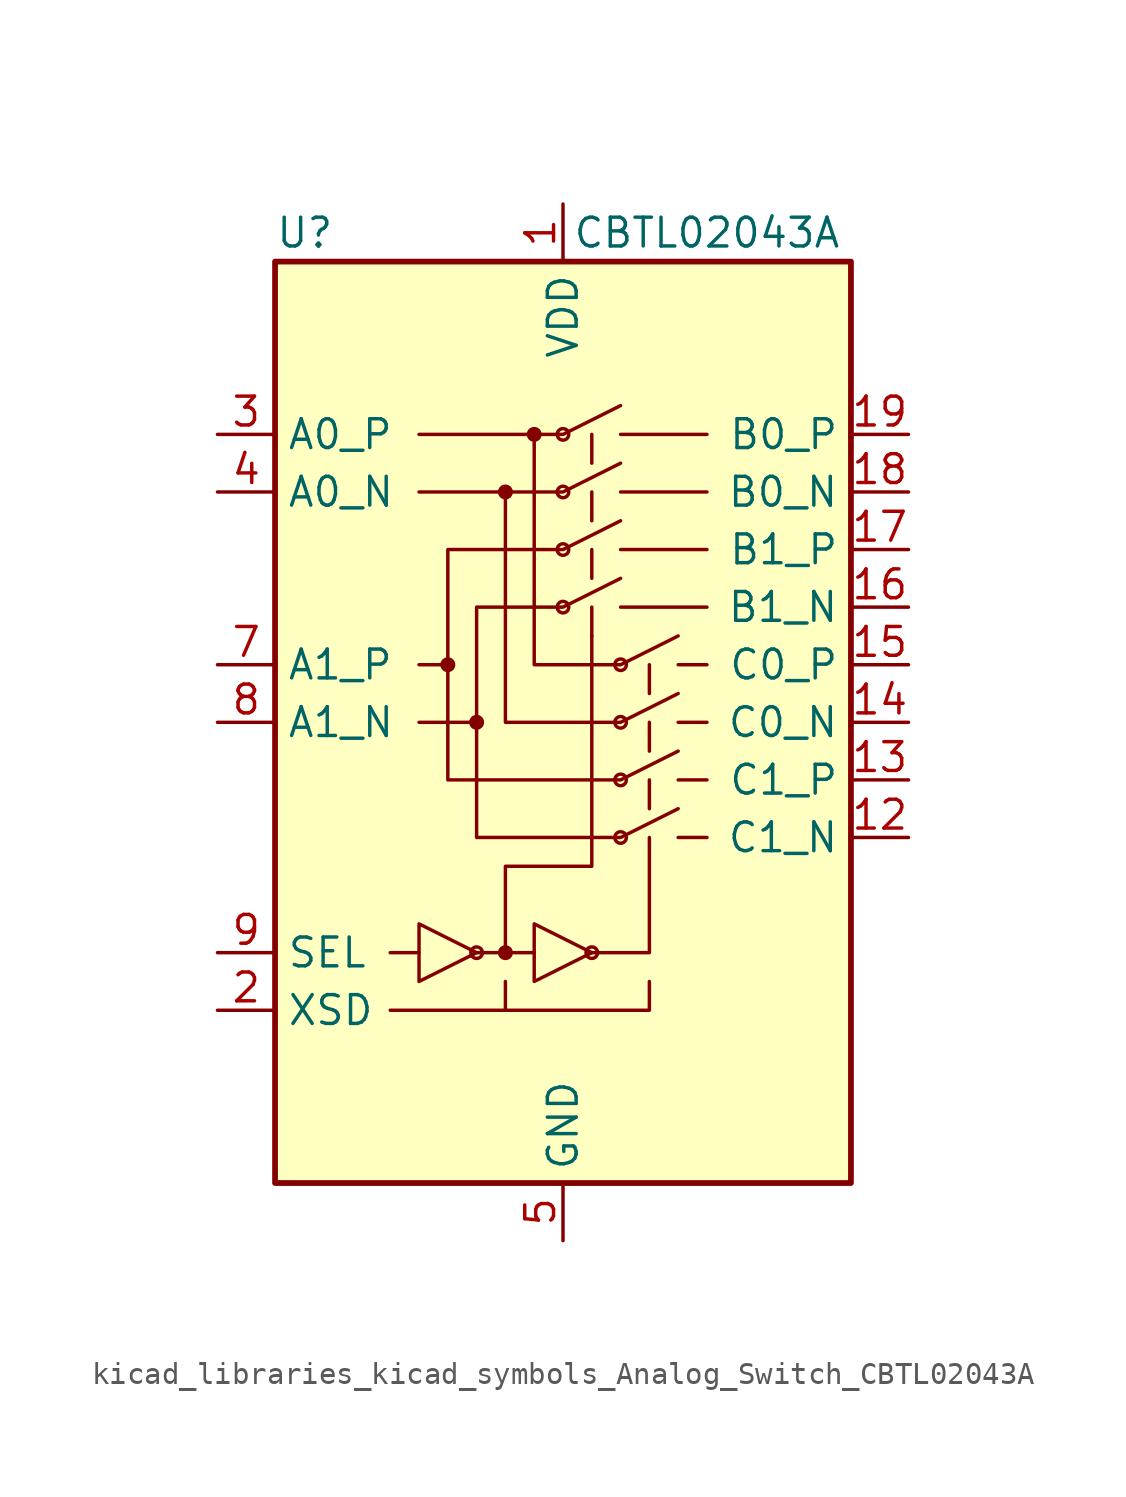
<source format=kicad_sym>
(kicad_symbol_lib
  (version 20220914)
  (generator kicad_symbol_editor)
  (symbol "kicad_libraries_kicad_symbols_Analog_Switch_CBTL02043A"
    (property "Reference" "U"
      (at -12.7 21.59 0)
      (effects (font (size 1.27 1.27)) (justify left)))
    (property "Value" "CBTL02043A"
      (at 6.35 21.59 0)
      (effects (font (size 1.27 1.27))))
    (symbol "kicad_libraries_kicad_symbols_Analog_Switch_CBTL02043A_0_1"
      (rectangle (start -12.7 20.32) (end 12.7 -20.32) (stroke (width 0.254) (type default)) (fill (type background)))
      (circle (center -5.08 2.54) (radius 0.254) (stroke (width 0) (type default)) (fill (type outline)))
      (circle (center -3.81 0) (radius 0.254) (stroke (width 0) (type default)) (fill (type outline)))
      (circle (center -2.54 10.16) (radius 0.254) (stroke (width 0) (type default)) (fill (type outline)))
      (circle (center -1.27 12.7) (radius 0.254) (stroke (width 0) (type default)) (fill (type outline)))
      (polyline (pts (xy -7.62 -10.16) (xy -6.35 -10.16)) (stroke (width 0) (type default)) (fill (type none)))
      (polyline (pts (xy -7.62 -12.7) (xy -2.54 -12.7) (xy -2.54 -11.43)) (stroke (width 0) (type default)) (fill (type none)))
      (polyline (pts (xy -2.54 -12.7) (xy 3.81 -12.7) (xy 3.81 -11.43)) (stroke (width 0) (type default)) (fill (type none)))
      (polyline (pts (xy 1.27 -10.16) (xy -1.27 -8.89) (xy -1.27 -11.43) (xy 1.27 -10.16)) (stroke (width 0) (type default)) (fill (type none)))
      (polyline (pts (xy 5.08 -3.81) (xy 2.54 -5.08) (xy -3.81 -5.08) (xy -3.81 0)) (stroke (width 0) (type default)) (fill (type none)))
      (polyline (pts (xy 5.08 -1.27) (xy 2.54 -2.54) (xy -5.08 -2.54) (xy -5.08 2.54)) (stroke (width 0) (type default)) (fill (type none)))
      (polyline (pts (xy 5.08 1.27) (xy 2.54 0) (xy -2.54 0) (xy -2.54 10.16)) (stroke (width 0) (type default)) (fill (type none)))
      (polyline (pts (xy 5.08 3.81) (xy 2.54 2.54) (xy -1.27 2.54) (xy -1.27 12.7)) (stroke (width 0) (type default)) (fill (type none))))
    (symbol "kicad_libraries_kicad_symbols_Analog_Switch_CBTL02043A_1_1"
      (circle (center -3.81 -10.16) (radius 0.254) (stroke (width 0) (type default)) (fill (type none)))
      (circle (center -2.54 -10.16) (radius 0.254) (stroke (width 0) (type default)) (fill (type outline)))
      (polyline (pts (xy -2.54 -10.16) (xy -1.27 -10.16)) (stroke (width 0) (type default)) (fill (type none)))
      (polyline (pts (xy 1.27 5.08) (xy 1.27 3.81)) (stroke (width 0) (type default)) (fill (type none)))
      (polyline (pts (xy 1.27 7.62) (xy 1.27 6.35)) (stroke (width 0) (type default)) (fill (type none)))
      (polyline (pts (xy 1.27 10.16) (xy 1.27 8.89)) (stroke (width 0) (type default)) (fill (type none)))
      (polyline (pts (xy 1.27 12.7) (xy 1.27 11.43)) (stroke (width 0) (type default)) (fill (type none)))
      (polyline (pts (xy 3.81 -3.81) (xy 3.81 -2.54)) (stroke (width 0) (type default)) (fill (type none)))
      (polyline (pts (xy 3.81 -1.27) (xy 3.81 0)) (stroke (width 0) (type default)) (fill (type none)))
      (polyline (pts (xy 3.81 1.27) (xy 3.81 2.54)) (stroke (width 0) (type default)) (fill (type none)))
      (polyline (pts (xy 6.35 -5.08) (xy 5.08 -5.08)) (stroke (width 0) (type default)) (fill (type none)))
      (polyline (pts (xy 6.35 -2.54) (xy 5.08 -2.54)) (stroke (width 0) (type default)) (fill (type none)))
      (polyline (pts (xy 6.35 0) (xy 5.08 0)) (stroke (width 0) (type default)) (fill (type none)))
      (polyline (pts (xy 6.35 2.54) (xy 5.08 2.54)) (stroke (width 0) (type default)) (fill (type none)))
      (polyline (pts (xy 6.35 5.08) (xy 2.54 5.08)) (stroke (width 0) (type default)) (fill (type none)))
      (polyline (pts (xy 6.35 7.62) (xy 2.54 7.62)) (stroke (width 0) (type default)) (fill (type none)))
      (polyline (pts (xy 6.35 10.16) (xy 2.54 10.16)) (stroke (width 0) (type default)) (fill (type none)))
      (polyline (pts (xy 6.35 12.7) (xy 2.54 12.7)) (stroke (width 0) (type default)) (fill (type none)))
      (polyline (pts (xy -6.35 10.16) (xy 0 10.16) (xy 2.54 11.43)) (stroke (width 0) (type default)) (fill (type none)))
      (polyline (pts (xy -6.35 12.7) (xy 0 12.7) (xy 2.54 13.97)) (stroke (width 0) (type default)) (fill (type none)))
      (polyline (pts (xy 1.27 -10.16) (xy 3.81 -10.16) (xy 3.81 -5.08)) (stroke (width 0) (type default)) (fill (type none)))
      (polyline (pts (xy -3.81 -10.16) (xy -6.35 -8.89) (xy -6.35 -11.43) (xy -3.81 -10.16)) (stroke (width 0) (type default)) (fill (type none)))
      (polyline (pts (xy -6.35 0) (xy -3.81 0) (xy -3.81 5.08) (xy 0 5.08) (xy 2.54 6.35)) (stroke (width 0) (type default)) (fill (type none)))
      (polyline (pts (xy -6.35 2.54) (xy -5.08 2.54) (xy -5.08 7.62) (xy 0 7.62) (xy 2.54 8.89)) (stroke (width 0) (type default)) (fill (type none)))
      (polyline (pts (xy 1.27 3.81) (xy 1.27 -6.35) (xy -2.54 -6.35) (xy -2.54 -10.16) (xy -3.81 -10.16)) (stroke (width 0) (type default)) (fill (type none)))
      (circle (center 0 5.08) (radius 0.254) (stroke (width 0) (type default)) (fill (type none)))
      (circle (center 0 7.62) (radius 0.254) (stroke (width 0) (type default)) (fill (type none)))
      (circle (center 0 10.16) (radius 0.254) (stroke (width 0) (type default)) (fill (type none)))
      (circle (center 0 12.7) (radius 0.254) (stroke (width 0) (type default)) (fill (type none)))
      (circle (center 1.27 -10.16) (radius 0.254) (stroke (width 0) (type default)) (fill (type none)))
      (circle (center 2.54 -5.08) (radius 0.254) (stroke (width 0) (type default)) (fill (type none)))
      (circle (center 2.54 -2.54) (radius 0.254) (stroke (width 0) (type default)) (fill (type none)))
      (circle (center 2.54 0) (radius 0.254) (stroke (width 0) (type default)) (fill (type none)))
      (circle (center 2.54 2.54) (radius 0.254) (stroke (width 0) (type default)) (fill (type none)))
      (pin power_in line (at 0 22.86 270) (length 2.54) (name "VDD" (effects (font (size 1.27 1.27)))) (number "1" (effects (font (size 1.27 1.27)))))
      (pin passive line (at 0 22.86 270) (length 2.54) hide (name "VDD" (effects (font (size 1.27 1.27)))) (number "10" (effects (font (size 1.27 1.27)))))
      (pin passive line (at 0 -22.86 90) (length 2.54) hide (name "GND" (effects (font (size 1.27 1.27)))) (number "11" (effects (font (size 1.27 1.27)))))
      (pin passive line (at 15.24 -5.08 180) (length 2.54) (name "C1_N" (effects (font (size 1.27 1.27)))) (number "12" (effects (font (size 1.27 1.27)))))
      (pin passive line (at 15.24 -2.54 180) (length 2.54) (name "C1_P" (effects (font (size 1.27 1.27)))) (number "13" (effects (font (size 1.27 1.27)))))
      (pin passive line (at 15.24 0 180) (length 2.54) (name "C0_N" (effects (font (size 1.27 1.27)))) (number "14" (effects (font (size 1.27 1.27)))))
      (pin passive line (at 15.24 2.54 180) (length 2.54) (name "C0_P" (effects (font (size 1.27 1.27)))) (number "15" (effects (font (size 1.27 1.27)))))
      (pin passive line (at 15.24 5.08 180) (length 2.54) (name "B1_N" (effects (font (size 1.27 1.27)))) (number "16" (effects (font (size 1.27 1.27)))))
      (pin passive line (at 15.24 7.62 180) (length 2.54) (name "B1_P" (effects (font (size 1.27 1.27)))) (number "17" (effects (font (size 1.27 1.27)))))
      (pin passive line (at 15.24 10.16 180) (length 2.54) (name "B0_N" (effects (font (size 1.27 1.27)))) (number "18" (effects (font (size 1.27 1.27)))))
      (pin passive line (at 15.24 12.7 180) (length 2.54) (name "B0_P" (effects (font (size 1.27 1.27)))) (number "19" (effects (font (size 1.27 1.27)))))
      (pin input line (at -15.24 -12.7 0) (length 2.54) (name "XSD" (effects (font (size 1.27 1.27)))) (number "2" (effects (font (size 1.27 1.27)))))
      (pin passive line (at 0 -22.86 90) (length 2.54) hide (name "GND" (effects (font (size 1.27 1.27)))) (number "20" (effects (font (size 1.27 1.27)))))
      (pin passive line (at 0 -22.86 90) (length 2.54) hide (name "GND" (effects (font (size 1.27 1.27)))) (number "21" (effects (font (size 1.27 1.27)))))
      (pin passive line (at -15.24 12.7 0) (length 2.54) (name "A0_P" (effects (font (size 1.27 1.27)))) (number "3" (effects (font (size 1.27 1.27)))))
      (pin passive line (at -15.24 10.16 0) (length 2.54) (name "A0_N" (effects (font (size 1.27 1.27)))) (number "4" (effects (font (size 1.27 1.27)))))
      (pin power_in line (at 0 -22.86 90) (length 2.54) (name "GND" (effects (font (size 1.27 1.27)))) (number "5" (effects (font (size 1.27 1.27)))))
      (pin passive line (at 0 22.86 270) (length 2.54) hide (name "VDD" (effects (font (size 1.27 1.27)))) (number "6" (effects (font (size 1.27 1.27)))))
      (pin passive line (at -15.24 2.54 0) (length 2.54) (name "A1_P" (effects (font (size 1.27 1.27)))) (number "7" (effects (font (size 1.27 1.27)))))
      (pin passive line (at -15.24 0 0) (length 2.54) (name "A1_N" (effects (font (size 1.27 1.27)))) (number "8" (effects (font (size 1.27 1.27)))))
      (pin input line (at -15.24 -10.16 0) (length 2.54) (name "SEL" (effects (font (size 1.27 1.27)))) (number "9" (effects (font (size 1.27 1.27))))))))
</source>
